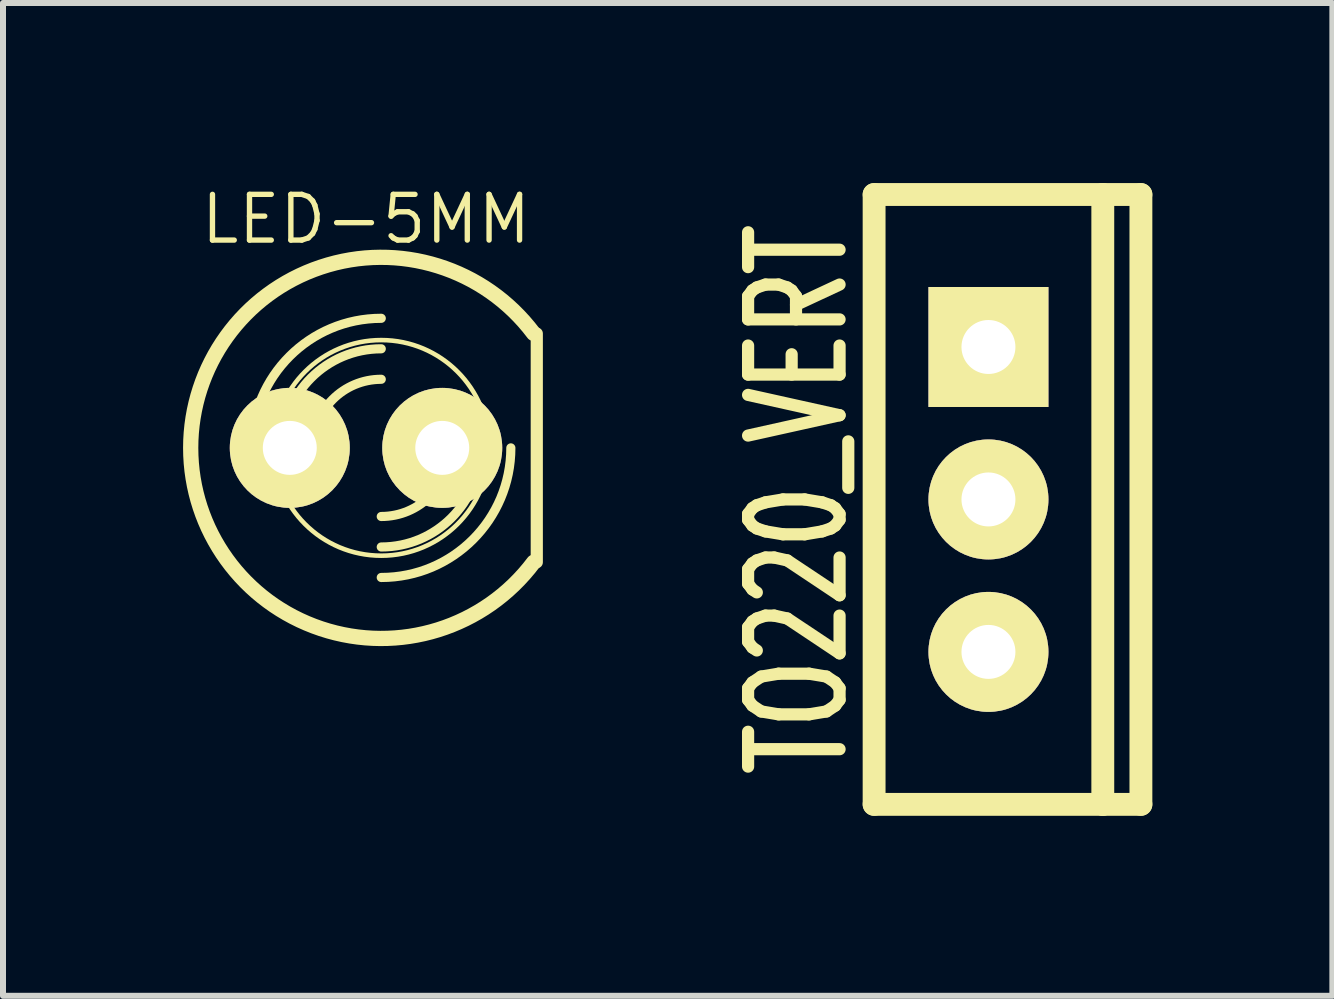
<source format=kicad_pcb>
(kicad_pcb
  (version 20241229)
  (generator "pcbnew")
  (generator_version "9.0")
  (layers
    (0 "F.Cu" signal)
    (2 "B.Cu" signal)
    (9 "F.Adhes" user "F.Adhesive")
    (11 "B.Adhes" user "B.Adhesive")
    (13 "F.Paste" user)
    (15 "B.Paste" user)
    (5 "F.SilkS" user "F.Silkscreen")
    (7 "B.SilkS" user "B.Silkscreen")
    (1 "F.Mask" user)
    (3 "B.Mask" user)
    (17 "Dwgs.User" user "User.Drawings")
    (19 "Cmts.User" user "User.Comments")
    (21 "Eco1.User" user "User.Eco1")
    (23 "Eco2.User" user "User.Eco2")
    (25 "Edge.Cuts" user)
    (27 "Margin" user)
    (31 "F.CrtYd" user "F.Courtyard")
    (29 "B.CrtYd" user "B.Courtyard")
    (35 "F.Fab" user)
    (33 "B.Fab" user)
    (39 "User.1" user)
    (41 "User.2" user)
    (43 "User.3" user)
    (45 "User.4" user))
  (footprint "TO220_VERT"
    (layer "F.Cu")
    (at 13.418 5.271)
    (property "Reference" "TO220_VERT" (at -3.175 0 90) (layer "F.SilkS") (effects (font (size 1.524 1.016) (thickness 0.203))))
    (attr through_hole)
    (fp_line (start -1.905 -5.08) (end 1.905 -5.08) (stroke (width 0.381) (type solid)) (layer "F.SilkS"))
    (fp_line (start -1.905 5.08) (end -1.905 -5.08) (stroke (width 0.381) (type solid)) (layer "F.SilkS"))
    (fp_line (start 1.905 -5.08) (end 1.905 5.08) (stroke (width 0.381) (type solid)) (layer "F.SilkS"))
    (fp_line (start 1.905 -5.08) (end 2.54 -5.08) (stroke (width 0.381) (type solid)) (layer "F.SilkS"))
    (fp_line (start 1.905 5.08) (end -1.905 5.08) (stroke (width 0.381) (type solid)) (layer "F.SilkS"))
    (fp_line (start 2.54 -5.08) (end 2.54 5.08) (stroke (width 0.381) (type solid)) (layer "F.SilkS"))
    (fp_line (start 2.54 5.08) (end 1.905 5.08) (stroke (width 0.381) (type solid)) (layer "F.SilkS"))
    (pad "1" thru_hole rect (at 0 -2.54) (size 1.999 1.999) (drill 0.899) (layers "*.Cu" "*.Mask" "F.SilkS"))
    (pad "2" thru_hole circle (at 0 0) (size 1.999 1.999) (drill 0.899) (layers "*.Cu" "*.Mask" "F.SilkS"))
    (pad "3" thru_hole circle (at 0 2.54) (size 1.999 1.999) (drill 0.899) (layers "*.Cu" "*.Mask" "F.SilkS")))
  (footprint "LED-5MM"
    (layer "F.Cu")
    (at 3.048 4.412)
    (property "Reference" "LED-5MM" (at 0 -3.81 0) (layer "F.SilkS") (effects (font (size 0.762 0.762) (thickness 0.089))))
    (attr exclude_from_pos_files exclude_from_bom)
    (fp_line (start 2.845 1.905) (end 2.845 -1.905) (stroke (width 0.203) (type solid)) (layer "F.SilkS"))
    (fp_arc (start -1.905 0) (mid -1.272644 -1.526644) (end 0.254 -2.159) (stroke (width 0.1524) (type solid)) (layer "F.SilkS"))
    (fp_arc (start -1.397 0) (mid -0.913433 -1.167433) (end 0.254 -1.651) (stroke (width 0.1524) (type solid)) (layer "F.SilkS"))
    (fp_arc (start -0.889 0) (mid -0.554223 -0.808223) (end 0.254 -1.143) (stroke (width 0.1524) (type solid)) (layer "F.SilkS"))
    (fp_arc (start 1.397 0) (mid 1.062223 0.808223) (end 0.254 1.143) (stroke (width 0.1524) (type solid)) (layer "F.SilkS"))
    (fp_arc (start 1.905 0) (mid 1.421433 1.167433) (end 0.254 1.651) (stroke (width 0.1524) (type solid)) (layer "F.SilkS"))
    (fp_arc (start 2.413 0) (mid 1.780644 1.526644) (end 0.254 2.159) (stroke (width 0.1524) (type solid)) (layer "F.SilkS"))
    (fp_arc (start 2.794 1.905) (mid -2.921 0.001668) (end 2.791997 -1.907668) (stroke (width 0.254) (type solid)) (layer "F.SilkS"))
    (fp_circle (center 0.254 0) (end -1.016 1.27) (stroke (width 0.076) (type solid)) (fill no) (layer "F.SilkS"))
    (pad "1" thru_hole circle (at -1.27 0) (size 1.999 1.999) (drill 0.899) (layers "*.Cu" "*.Mask" "F.SilkS"))
    (pad "2" thru_hole circle (at 1.27 0) (size 1.999 1.999) (drill 0.899) (layers "*.Cu" "*.Mask" "F.SilkS")))
  (gr_rect
    (start -3 -3)
    (end 19.148 13.541)
    (stroke (width 0.1) (type default))
    (fill no)
    (layer "Edge.Cuts")))
</source>
